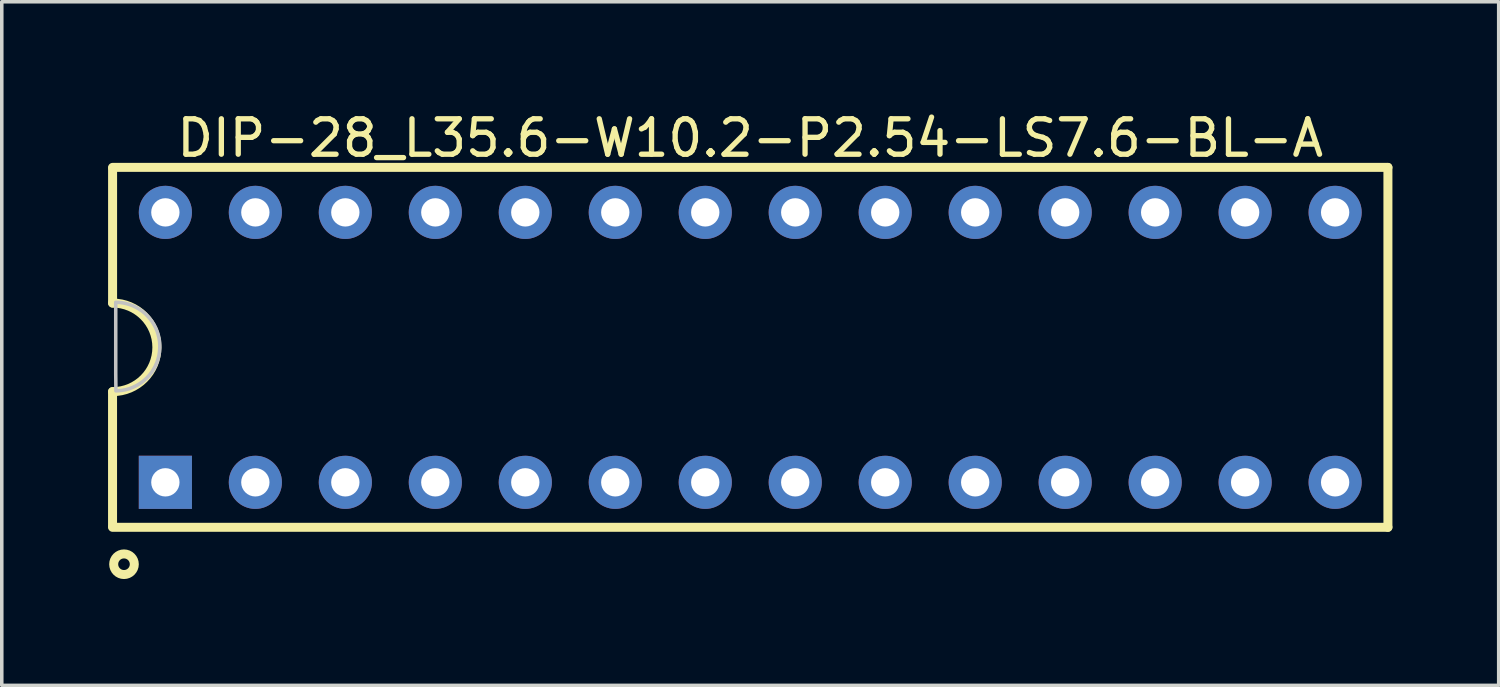
<source format=kicad_pcb>
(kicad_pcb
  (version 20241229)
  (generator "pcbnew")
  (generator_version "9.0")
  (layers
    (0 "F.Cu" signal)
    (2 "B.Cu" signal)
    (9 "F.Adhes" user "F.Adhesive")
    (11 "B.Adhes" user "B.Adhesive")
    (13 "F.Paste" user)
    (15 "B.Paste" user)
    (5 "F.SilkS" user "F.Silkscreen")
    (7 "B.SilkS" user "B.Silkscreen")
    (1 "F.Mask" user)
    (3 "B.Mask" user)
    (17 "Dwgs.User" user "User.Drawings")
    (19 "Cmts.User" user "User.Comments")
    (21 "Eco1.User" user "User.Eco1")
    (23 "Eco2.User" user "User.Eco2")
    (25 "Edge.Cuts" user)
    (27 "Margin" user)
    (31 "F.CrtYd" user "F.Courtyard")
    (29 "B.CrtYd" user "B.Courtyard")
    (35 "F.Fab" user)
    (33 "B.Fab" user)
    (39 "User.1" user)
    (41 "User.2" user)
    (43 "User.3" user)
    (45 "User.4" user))
  (footprint "DIP-28_L35.6-W10.2-P2.54-LS7.6-BL-A"
    (layer "F.Cu")
    (at 18.128 6.755)
    (property "Reference" "DIP-28_L35.6-W10.2-P2.54-LS7.6-BL-A" (at -0.001 -5.907 0) (layer "F.SilkS") (effects (font (size 1 1) (thickness 0.15))))
    (fp_line (start -18.001 1.25) (end -18.001 5.05) (stroke (width 0.254) (type default)) (layer "F.SilkS"))
    (fp_line (start -18 -5.08) (end 18 -5.08) (stroke (width 0.254) (type default)) (layer "F.SilkS"))
    (fp_line (start -18 -5.05) (end -18 -1.25) (stroke (width 0.254) (type default)) (layer "F.SilkS"))
    (fp_line (start 18 -5.08) (end 18 5.08) (stroke (width 0.254) (type default)) (layer "F.SilkS"))
    (fp_line (start 18 5.08) (end -18 5.08) (stroke (width 0.254) (type default)) (layer "F.SilkS"))
    (fp_arc (start -18 -1.25) (mid -16.755488 0) (end -18 1.25) (stroke (width 0.254) (type default)) (layer "F.SilkS"))
    (fp_circle (center -17.678 6.122) (end -17.387 6.122) (stroke (width 0.254) (type default)) (fill no) (layer "F.SilkS"))
    (fp_poly (pts (xy -17.906 1.228) (xy -17.911 0.75) (xy -17.911 -1.272) (xy -17.81 -1.268) (xy -17.71 -1.255) (xy -17.611 -1.234) (xy -17.515 -1.206) (xy -17.421 -1.169) (xy -17.33 -1.126) (xy -17.243 -1.075) (xy -17.16 -1.018) (xy -17.082 -0.954) (xy -17.011 -0.883) (xy -16.944 -0.807) (xy -16.884 -0.727) (xy -16.831 -0.641) (xy -16.784 -0.551) (xy -16.745 -0.459) (xy -16.714 -0.363) (xy -16.69 -0.265) (xy -16.674 -0.166) (xy -16.667 -0.065) (xy -16.668 0.036) (xy -16.677 0.136) (xy -16.693 0.235) (xy -16.718 0.333) (xy -16.75 0.428) (xy -16.791 0.521) (xy -16.838 0.61) (xy -16.892 0.695) (xy -16.953 0.775) (xy -17.021 0.85) (xy -17.094 0.919) (xy -17.172 0.983) (xy -17.256 1.039) (xy -17.343 1.089) (xy -17.434 1.131) (xy -17.529 1.167) (xy -17.626 1.194) (xy -17.725 1.213) (xy -17.825 1.224)) (stroke (width 0.1) (type default)) (fill no) (layer "Dwgs.User"))
    (fp_poly (pts (xy -16.265 -3.859) (xy -16.302 -3.949) (xy -16.371 -4.018) (xy -16.461 -4.055) (xy -16.559 -4.055) (xy -16.649 -4.018) (xy -16.718 -3.949) (xy -16.755 -3.859) (xy -16.755 -3.761) (xy -16.718 -3.671) (xy -16.649 -3.602) (xy -16.559 -3.565) (xy -16.461 -3.565) (xy -16.371 -3.602) (xy -16.302 -3.671) (xy -16.265 -3.761)) (stroke (width 0.1) (type default)) (fill no) (layer "User.1"))
    (fp_poly (pts (xy -16.265 3.761) (xy -16.302 3.671) (xy -16.371 3.602) (xy -16.461 3.565) (xy -16.559 3.565) (xy -16.649 3.602) (xy -16.718 3.671) (xy -16.755 3.761) (xy -16.755 3.859) (xy -16.718 3.949) (xy -16.649 4.018) (xy -16.559 4.055) (xy -16.461 4.055) (xy -16.371 4.018) (xy -16.302 3.949) (xy -16.265 3.859)) (stroke (width 0.1) (type default)) (fill no) (layer "User.1"))
    (fp_poly (pts (xy -13.725 -3.859) (xy -13.762 -3.949) (xy -13.831 -4.018) (xy -13.921 -4.055) (xy -14.019 -4.055) (xy -14.109 -4.018) (xy -14.178 -3.949) (xy -14.215 -3.859) (xy -14.215 -3.761) (xy -14.178 -3.671) (xy -14.109 -3.602) (xy -14.019 -3.565) (xy -13.921 -3.565) (xy -13.831 -3.602) (xy -13.762 -3.671) (xy -13.725 -3.761)) (stroke (width 0.1) (type default)) (fill no) (layer "User.1"))
    (fp_poly (pts (xy -13.725 3.761) (xy -13.762 3.671) (xy -13.831 3.602) (xy -13.921 3.565) (xy -14.019 3.565) (xy -14.109 3.602) (xy -14.178 3.671) (xy -14.215 3.761) (xy -14.215 3.859) (xy -14.178 3.949) (xy -14.109 4.018) (xy -14.019 4.055) (xy -13.921 4.055) (xy -13.831 4.018) (xy -13.762 3.949) (xy -13.725 3.859)) (stroke (width 0.1) (type default)) (fill no) (layer "User.1"))
    (fp_poly (pts (xy -11.185 -3.859) (xy -11.222 -3.949) (xy -11.291 -4.018) (xy -11.381 -4.055) (xy -11.479 -4.055) (xy -11.569 -4.018) (xy -11.638 -3.949) (xy -11.675 -3.859) (xy -11.675 -3.761) (xy -11.638 -3.671) (xy -11.569 -3.602) (xy -11.479 -3.565) (xy -11.381 -3.565) (xy -11.291 -3.602) (xy -11.222 -3.671) (xy -11.185 -3.761)) (stroke (width 0.1) (type default)) (fill no) (layer "User.1"))
    (fp_poly (pts (xy -11.185 3.761) (xy -11.222 3.671) (xy -11.291 3.602) (xy -11.381 3.565) (xy -11.479 3.565) (xy -11.569 3.602) (xy -11.638 3.671) (xy -11.675 3.761) (xy -11.675 3.859) (xy -11.638 3.949) (xy -11.569 4.018) (xy -11.479 4.055) (xy -11.381 4.055) (xy -11.291 4.018) (xy -11.222 3.949) (xy -11.185 3.859)) (stroke (width 0.1) (type default)) (fill no) (layer "User.1"))
    (fp_poly (pts (xy -8.645 -3.859) (xy -8.682 -3.949) (xy -8.751 -4.018) (xy -8.841 -4.055) (xy -8.939 -4.055) (xy -9.029 -4.018) (xy -9.098 -3.949) (xy -9.135 -3.859) (xy -9.135 -3.761) (xy -9.098 -3.671) (xy -9.029 -3.602) (xy -8.939 -3.565) (xy -8.841 -3.565) (xy -8.751 -3.602) (xy -8.682 -3.671) (xy -8.645 -3.761)) (stroke (width 0.1) (type default)) (fill no) (layer "User.1"))
    (fp_poly (pts (xy -8.645 3.761) (xy -8.682 3.671) (xy -8.751 3.602) (xy -8.841 3.565) (xy -8.939 3.565) (xy -9.029 3.602) (xy -9.098 3.671) (xy -9.135 3.761) (xy -9.135 3.859) (xy -9.098 3.949) (xy -9.029 4.018) (xy -8.939 4.055) (xy -8.841 4.055) (xy -8.751 4.018) (xy -8.682 3.949) (xy -8.645 3.859)) (stroke (width 0.1) (type default)) (fill no) (layer "User.1"))
    (fp_poly (pts (xy -6.105 -3.859) (xy -6.142 -3.949) (xy -6.211 -4.018) (xy -6.301 -4.055) (xy -6.399 -4.055) (xy -6.489 -4.018) (xy -6.558 -3.949) (xy -6.595 -3.859) (xy -6.595 -3.761) (xy -6.558 -3.671) (xy -6.489 -3.602) (xy -6.399 -3.565) (xy -6.301 -3.565) (xy -6.211 -3.602) (xy -6.142 -3.671) (xy -6.105 -3.761)) (stroke (width 0.1) (type default)) (fill no) (layer "User.1"))
    (fp_poly (pts (xy -6.105 3.761) (xy -6.142 3.671) (xy -6.211 3.602) (xy -6.301 3.565) (xy -6.399 3.565) (xy -6.489 3.602) (xy -6.558 3.671) (xy -6.595 3.761) (xy -6.595 3.859) (xy -6.558 3.949) (xy -6.489 4.018) (xy -6.399 4.055) (xy -6.301 4.055) (xy -6.211 4.018) (xy -6.142 3.949) (xy -6.105 3.859)) (stroke (width 0.1) (type default)) (fill no) (layer "User.1"))
    (fp_poly (pts (xy -3.565 -3.859) (xy -3.602 -3.949) (xy -3.671 -4.018) (xy -3.761 -4.055) (xy -3.859 -4.055) (xy -3.949 -4.018) (xy -4.018 -3.949) (xy -4.055 -3.859) (xy -4.055 -3.761) (xy -4.018 -3.671) (xy -3.949 -3.602) (xy -3.859 -3.565) (xy -3.761 -3.565) (xy -3.671 -3.602) (xy -3.602 -3.671) (xy -3.565 -3.761)) (stroke (width 0.1) (type default)) (fill no) (layer "User.1"))
    (fp_poly (pts (xy -3.565 3.761) (xy -3.602 3.671) (xy -3.671 3.602) (xy -3.761 3.565) (xy -3.859 3.565) (xy -3.949 3.602) (xy -4.018 3.671) (xy -4.055 3.761) (xy -4.055 3.859) (xy -4.018 3.949) (xy -3.949 4.018) (xy -3.859 4.055) (xy -3.761 4.055) (xy -3.671 4.018) (xy -3.602 3.949) (xy -3.565 3.859)) (stroke (width 0.1) (type default)) (fill no) (layer "User.1"))
    (fp_poly (pts (xy -1.025 -3.859) (xy -1.062 -3.949) (xy -1.131 -4.018) (xy -1.221 -4.055) (xy -1.319 -4.055) (xy -1.409 -4.018) (xy -1.478 -3.949) (xy -1.515 -3.859) (xy -1.515 -3.761) (xy -1.478 -3.671) (xy -1.409 -3.602) (xy -1.319 -3.565) (xy -1.221 -3.565) (xy -1.131 -3.602) (xy -1.062 -3.671) (xy -1.025 -3.761)) (stroke (width 0.1) (type default)) (fill no) (layer "User.1"))
    (fp_poly (pts (xy -1.025 3.761) (xy -1.062 3.671) (xy -1.131 3.602) (xy -1.221 3.565) (xy -1.319 3.565) (xy -1.409 3.602) (xy -1.478 3.671) (xy -1.515 3.761) (xy -1.515 3.859) (xy -1.478 3.949) (xy -1.409 4.018) (xy -1.319 4.055) (xy -1.221 4.055) (xy -1.131 4.018) (xy -1.062 3.949) (xy -1.025 3.859)) (stroke (width 0.1) (type default)) (fill no) (layer "User.1"))
    (fp_poly (pts (xy 1.515 -3.859) (xy 1.478 -3.949) (xy 1.409 -4.018) (xy 1.319 -4.055) (xy 1.221 -4.055) (xy 1.131 -4.018) (xy 1.062 -3.949) (xy 1.025 -3.859) (xy 1.025 -3.761) (xy 1.062 -3.671) (xy 1.131 -3.602) (xy 1.221 -3.565) (xy 1.319 -3.565) (xy 1.409 -3.602) (xy 1.478 -3.671) (xy 1.515 -3.761)) (stroke (width 0.1) (type default)) (fill no) (layer "User.1"))
    (fp_poly (pts (xy 1.515 3.761) (xy 1.478 3.671) (xy 1.409 3.602) (xy 1.319 3.565) (xy 1.221 3.565) (xy 1.131 3.602) (xy 1.062 3.671) (xy 1.025 3.761) (xy 1.025 3.859) (xy 1.062 3.949) (xy 1.131 4.018) (xy 1.221 4.055) (xy 1.319 4.055) (xy 1.409 4.018) (xy 1.478 3.949) (xy 1.515 3.859)) (stroke (width 0.1) (type default)) (fill no) (layer "User.1"))
    (fp_poly (pts (xy 4.055 -3.859) (xy 4.018 -3.949) (xy 3.949 -4.018) (xy 3.859 -4.055) (xy 3.761 -4.055) (xy 3.671 -4.018) (xy 3.602 -3.949) (xy 3.565 -3.859) (xy 3.565 -3.761) (xy 3.602 -3.671) (xy 3.671 -3.602) (xy 3.761 -3.565) (xy 3.859 -3.565) (xy 3.949 -3.602) (xy 4.018 -3.671) (xy 4.055 -3.761)) (stroke (width 0.1) (type default)) (fill no) (layer "User.1"))
    (fp_poly (pts (xy 4.055 3.761) (xy 4.018 3.671) (xy 3.949 3.602) (xy 3.859 3.565) (xy 3.761 3.565) (xy 3.671 3.602) (xy 3.602 3.671) (xy 3.565 3.761) (xy 3.565 3.859) (xy 3.602 3.949) (xy 3.671 4.018) (xy 3.761 4.055) (xy 3.859 4.055) (xy 3.949 4.018) (xy 4.018 3.949) (xy 4.055 3.859)) (stroke (width 0.1) (type default)) (fill no) (layer "User.1"))
    (fp_poly (pts (xy 6.595 -3.859) (xy 6.558 -3.949) (xy 6.489 -4.018) (xy 6.399 -4.055) (xy 6.301 -4.055) (xy 6.211 -4.018) (xy 6.142 -3.949) (xy 6.105 -3.859) (xy 6.105 -3.761) (xy 6.142 -3.671) (xy 6.211 -3.602) (xy 6.301 -3.565) (xy 6.399 -3.565) (xy 6.489 -3.602) (xy 6.558 -3.671) (xy 6.595 -3.761)) (stroke (width 0.1) (type default)) (fill no) (layer "User.1"))
    (fp_poly (pts (xy 6.595 3.761) (xy 6.558 3.671) (xy 6.489 3.602) (xy 6.399 3.565) (xy 6.301 3.565) (xy 6.211 3.602) (xy 6.142 3.671) (xy 6.105 3.761) (xy 6.105 3.859) (xy 6.142 3.949) (xy 6.211 4.018) (xy 6.301 4.055) (xy 6.399 4.055) (xy 6.489 4.018) (xy 6.558 3.949) (xy 6.595 3.859)) (stroke (width 0.1) (type default)) (fill no) (layer "User.1"))
    (fp_poly (pts (xy 9.135 -3.859) (xy 9.098 -3.949) (xy 9.029 -4.018) (xy 8.939 -4.055) (xy 8.841 -4.055) (xy 8.751 -4.018) (xy 8.682 -3.949) (xy 8.645 -3.859) (xy 8.645 -3.761) (xy 8.682 -3.671) (xy 8.751 -3.602) (xy 8.841 -3.565) (xy 8.939 -3.565) (xy 9.029 -3.602) (xy 9.098 -3.671) (xy 9.135 -3.761)) (stroke (width 0.1) (type default)) (fill no) (layer "User.1"))
    (fp_poly (pts (xy 9.135 3.761) (xy 9.098 3.671) (xy 9.029 3.602) (xy 8.939 3.565) (xy 8.841 3.565) (xy 8.751 3.602) (xy 8.682 3.671) (xy 8.645 3.761) (xy 8.645 3.859) (xy 8.682 3.949) (xy 8.751 4.018) (xy 8.841 4.055) (xy 8.939 4.055) (xy 9.029 4.018) (xy 9.098 3.949) (xy 9.135 3.859)) (stroke (width 0.1) (type default)) (fill no) (layer "User.1"))
    (fp_poly (pts (xy 11.675 -3.859) (xy 11.638 -3.949) (xy 11.569 -4.018) (xy 11.479 -4.055) (xy 11.381 -4.055) (xy 11.291 -4.018) (xy 11.222 -3.949) (xy 11.185 -3.859) (xy 11.185 -3.761) (xy 11.222 -3.671) (xy 11.291 -3.602) (xy 11.381 -3.565) (xy 11.479 -3.565) (xy 11.569 -3.602) (xy 11.638 -3.671) (xy 11.675 -3.761)) (stroke (width 0.1) (type default)) (fill no) (layer "User.1"))
    (fp_poly (pts (xy 11.675 3.761) (xy 11.638 3.671) (xy 11.569 3.602) (xy 11.479 3.565) (xy 11.381 3.565) (xy 11.291 3.602) (xy 11.222 3.671) (xy 11.185 3.761) (xy 11.185 3.859) (xy 11.222 3.949) (xy 11.291 4.018) (xy 11.381 4.055) (xy 11.479 4.055) (xy 11.569 4.018) (xy 11.638 3.949) (xy 11.675 3.859)) (stroke (width 0.1) (type default)) (fill no) (layer "User.1"))
    (fp_poly (pts (xy 14.215 -3.859) (xy 14.178 -3.949) (xy 14.109 -4.018) (xy 14.019 -4.055) (xy 13.921 -4.055) (xy 13.831 -4.018) (xy 13.762 -3.949) (xy 13.725 -3.859) (xy 13.725 -3.761) (xy 13.762 -3.671) (xy 13.831 -3.602) (xy 13.921 -3.565) (xy 14.019 -3.565) (xy 14.109 -3.602) (xy 14.178 -3.671) (xy 14.215 -3.761)) (stroke (width 0.1) (type default)) (fill no) (layer "User.1"))
    (fp_poly (pts (xy 14.215 3.761) (xy 14.178 3.671) (xy 14.109 3.602) (xy 14.019 3.565) (xy 13.921 3.565) (xy 13.831 3.602) (xy 13.762 3.671) (xy 13.725 3.761) (xy 13.725 3.859) (xy 13.762 3.949) (xy 13.831 4.018) (xy 13.921 4.055) (xy 14.019 4.055) (xy 14.109 4.018) (xy 14.178 3.949) (xy 14.215 3.859)) (stroke (width 0.1) (type default)) (fill no) (layer "User.1"))
    (fp_poly (pts (xy 16.755 -3.859) (xy 16.718 -3.949) (xy 16.649 -4.018) (xy 16.559 -4.055) (xy 16.461 -4.055) (xy 16.371 -4.018) (xy 16.302 -3.949) (xy 16.265 -3.859) (xy 16.265 -3.761) (xy 16.302 -3.671) (xy 16.371 -3.602) (xy 16.461 -3.565) (xy 16.559 -3.565) (xy 16.649 -3.602) (xy 16.718 -3.671) (xy 16.755 -3.761)) (stroke (width 0.1) (type default)) (fill no) (layer "User.1"))
    (fp_poly (pts (xy 16.755 3.761) (xy 16.718 3.671) (xy 16.649 3.602) (xy 16.559 3.565) (xy 16.461 3.565) (xy 16.371 3.602) (xy 16.302 3.671) (xy 16.265 3.761) (xy 16.265 3.859) (xy 16.302 3.949) (xy 16.371 4.018) (xy 16.461 4.055) (xy 16.559 4.055) (xy 16.649 4.018) (xy 16.718 3.949) (xy 16.755 3.859)) (stroke (width 0.1) (type default)) (fill no) (layer "User.1"))
    (fp_line (start -17.8 -5.1) (end 17.8 -5.1) (stroke (width 0.051) (type default)) (layer "User.2"))
    (fp_line (start -17.8 5.1) (end -17.8 -5.1) (stroke (width 0.051) (type default)) (layer "User.2"))
    (fp_line (start 17.8 -5.1) (end 17.8 5.1) (stroke (width 0.051) (type default)) (layer "User.2"))
    (fp_line (start 17.8 5.1) (end -17.8 5.1) (stroke (width 0.051) (type default)) (layer "User.2"))
    (fp_poly (pts (xy -17.745 5.077) (xy -17.777 5.045) (xy -17.823 5.045) (xy -17.855 5.077) (xy -17.855 5.123) (xy -17.823 5.155) (xy -17.777 5.155) (xy -17.745 5.123)) (stroke (width 0.1) (type default)) (fill no) (layer "User.3"))
    (pad "1" thru_hole rect (at -16.51 3.81) (size 1.5 1.5) (drill 0.8) (layers "*.Cu" "*.Mask"))
    (pad "2" thru_hole circle (at -13.97 3.81) (size 1.5 1.5) (drill 0.8) (layers "*.Cu" "*.Mask"))
    (pad "3" thru_hole circle (at -11.43 3.81) (size 1.5 1.5) (drill 0.8) (layers "*.Cu" "*.Mask"))
    (pad "4" thru_hole circle (at -8.89 3.81) (size 1.5 1.5) (drill 0.8) (layers "*.Cu" "*.Mask"))
    (pad "5" thru_hole circle (at -6.35 3.81) (size 1.5 1.5) (drill 0.8) (layers "*.Cu" "*.Mask"))
    (pad "6" thru_hole circle (at -3.81 3.81) (size 1.5 1.5) (drill 0.8) (layers "*.Cu" "*.Mask"))
    (pad "7" thru_hole circle (at -1.27 3.81) (size 1.5 1.5) (drill 0.8) (layers "*.Cu" "*.Mask"))
    (pad "8" thru_hole circle (at 1.27 3.81) (size 1.5 1.5) (drill 0.8) (layers "*.Cu" "*.Mask"))
    (pad "9" thru_hole circle (at 3.81 3.81) (size 1.5 1.5) (drill 0.8) (layers "*.Cu" "*.Mask"))
    (pad "10" thru_hole circle (at 6.35 3.81) (size 1.5 1.5) (drill 0.8) (layers "*.Cu" "*.Mask"))
    (pad "11" thru_hole circle (at 8.89 3.81) (size 1.5 1.5) (drill 0.8) (layers "*.Cu" "*.Mask"))
    (pad "12" thru_hole circle (at 11.43 3.81) (size 1.5 1.5) (drill 0.8) (layers "*.Cu" "*.Mask"))
    (pad "13" thru_hole circle (at 13.97 3.81) (size 1.5 1.5) (drill 0.8) (layers "*.Cu" "*.Mask"))
    (pad "14" thru_hole circle (at 16.51 3.81) (size 1.5 1.5) (drill 0.8) (layers "*.Cu" "*.Mask"))
    (pad "15" thru_hole circle (at 16.51 -3.81) (size 1.5 1.5) (drill 0.8) (layers "*.Cu" "*.Mask"))
    (pad "16" thru_hole circle (at 13.97 -3.81) (size 1.5 1.5) (drill 0.8) (layers "*.Cu" "*.Mask"))
    (pad "17" thru_hole circle (at 11.43 -3.81) (size 1.5 1.5) (drill 0.8) (layers "*.Cu" "*.Mask"))
    (pad "18" thru_hole circle (at 8.89 -3.81) (size 1.5 1.5) (drill 0.8) (layers "*.Cu" "*.Mask"))
    (pad "19" thru_hole circle (at 6.35 -3.81) (size 1.5 1.5) (drill 0.8) (layers "*.Cu" "*.Mask"))
    (pad "20" thru_hole circle (at 3.81 -3.81) (size 1.5 1.5) (drill 0.8) (layers "*.Cu" "*.Mask"))
    (pad "21" thru_hole circle (at 1.27 -3.81) (size 1.5 1.5) (drill 0.8) (layers "*.Cu" "*.Mask"))
    (pad "22" thru_hole circle (at -1.27 -3.81) (size 1.5 1.5) (drill 0.8) (layers "*.Cu" "*.Mask"))
    (pad "23" thru_hole circle (at -3.81 -3.81) (size 1.5 1.5) (drill 0.8) (layers "*.Cu" "*.Mask"))
    (pad "24" thru_hole circle (at -6.35 -3.81) (size 1.5 1.5) (drill 0.8) (layers "*.Cu" "*.Mask"))
    (pad "25" thru_hole circle (at -8.89 -3.81) (size 1.5 1.5) (drill 0.8) (layers "*.Cu" "*.Mask"))
    (pad "26" thru_hole circle (at -11.43 -3.81) (size 1.5 1.5) (drill 0.8) (layers "*.Cu" "*.Mask"))
    (pad "27" thru_hole circle (at -13.97 -3.81) (size 1.5 1.5) (drill 0.8) (layers "*.Cu" "*.Mask"))
    (pad "28" thru_hole circle (at -16.51 -3.81) (size 1.5 1.5) (drill 0.8) (layers "*.Cu" "*.Mask")))
  (gr_rect
    (start -3 -3)
    (end 39.255 16.296)
    (stroke (width 0.1) (type default))
    (fill no)
    (layer "Edge.Cuts")))
</source>
